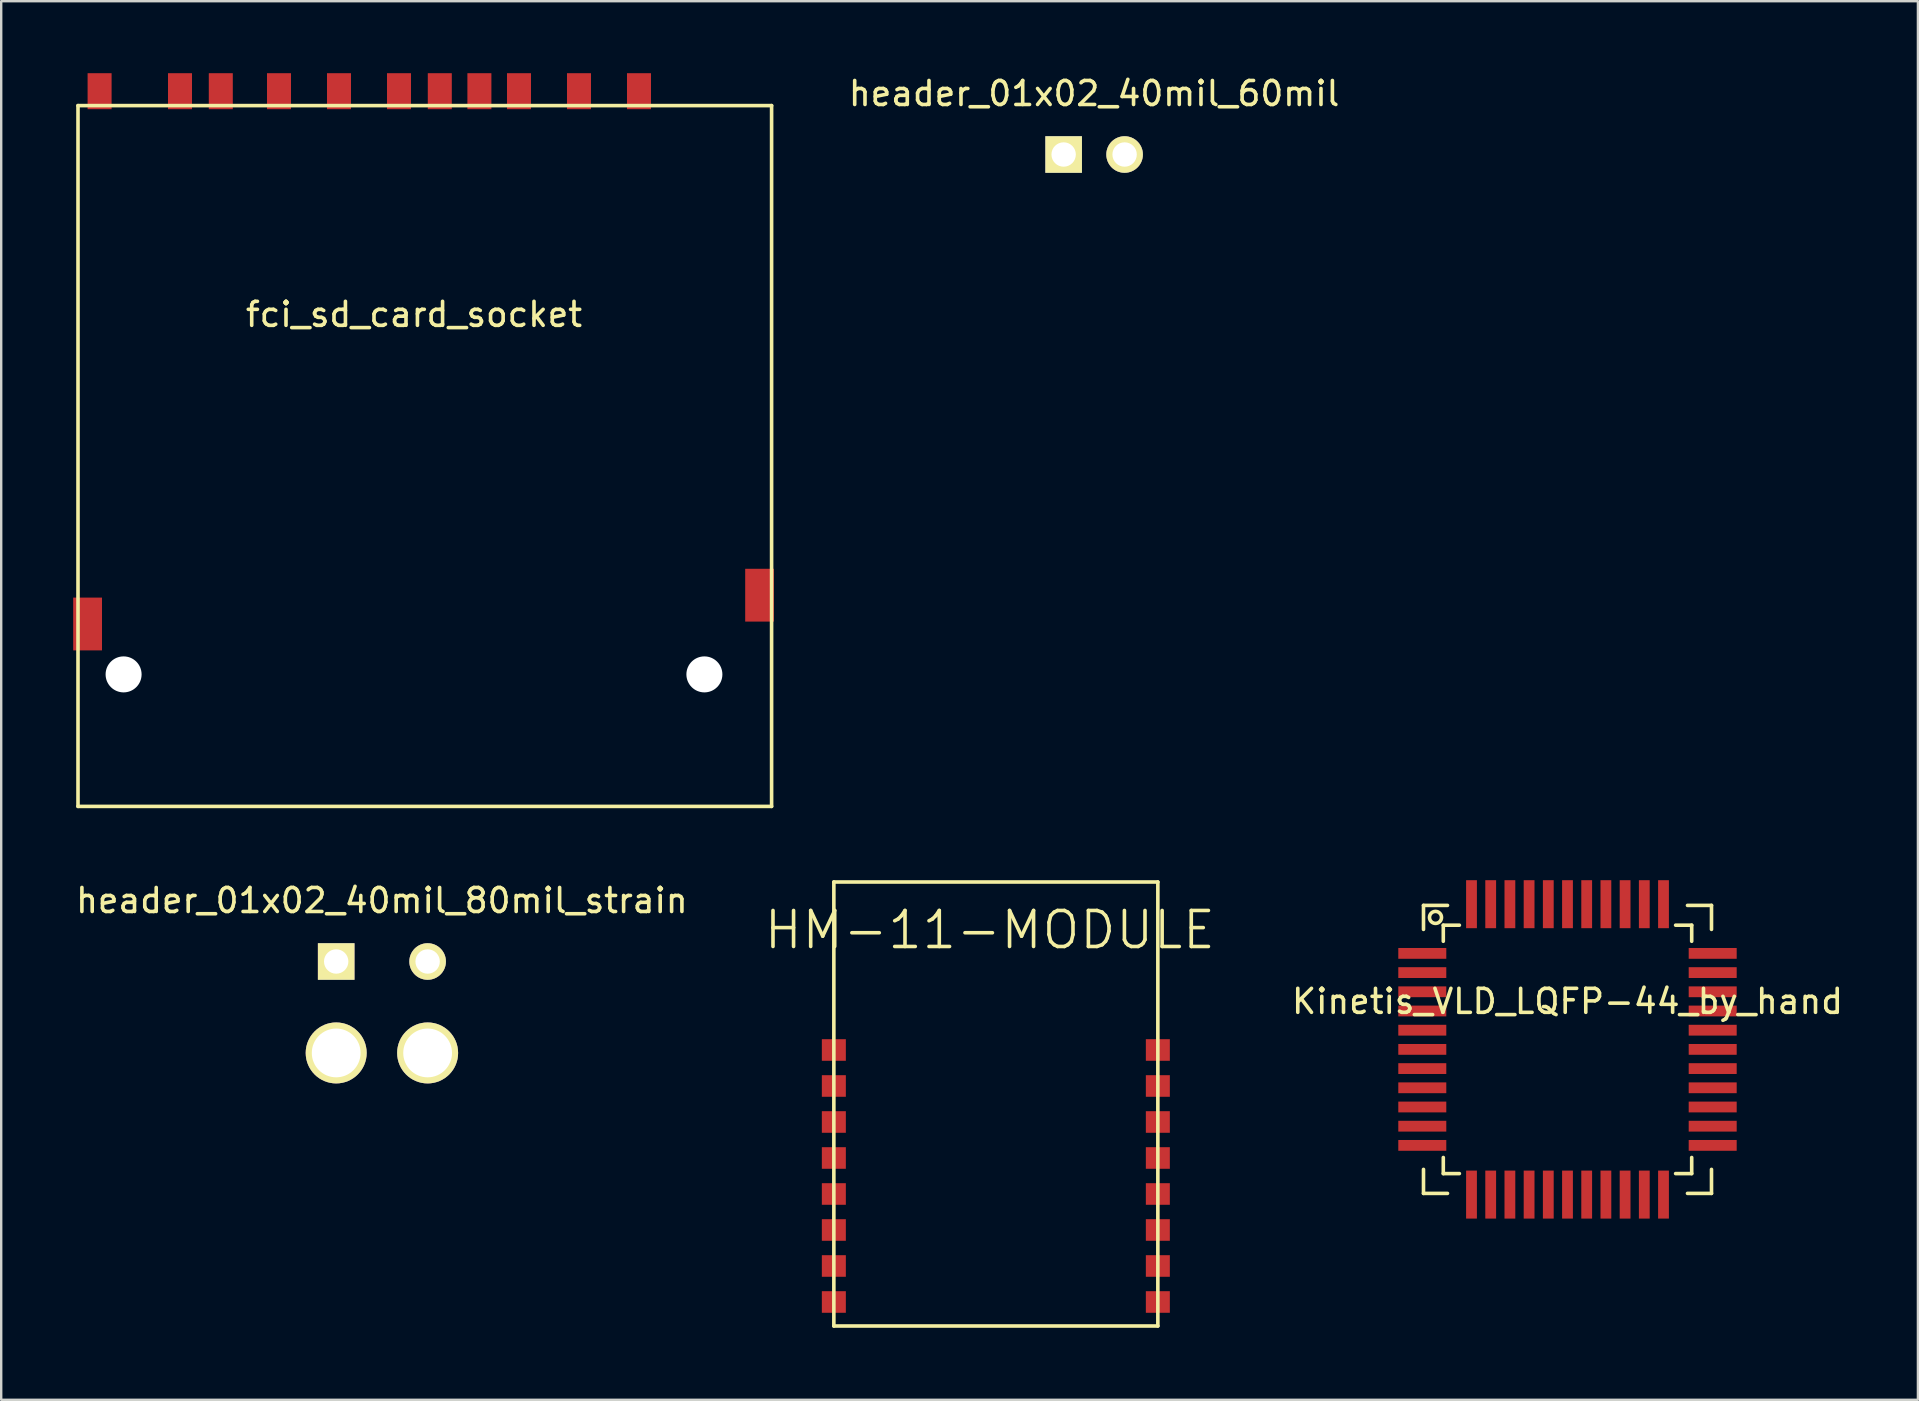
<source format=kicad_pcb>
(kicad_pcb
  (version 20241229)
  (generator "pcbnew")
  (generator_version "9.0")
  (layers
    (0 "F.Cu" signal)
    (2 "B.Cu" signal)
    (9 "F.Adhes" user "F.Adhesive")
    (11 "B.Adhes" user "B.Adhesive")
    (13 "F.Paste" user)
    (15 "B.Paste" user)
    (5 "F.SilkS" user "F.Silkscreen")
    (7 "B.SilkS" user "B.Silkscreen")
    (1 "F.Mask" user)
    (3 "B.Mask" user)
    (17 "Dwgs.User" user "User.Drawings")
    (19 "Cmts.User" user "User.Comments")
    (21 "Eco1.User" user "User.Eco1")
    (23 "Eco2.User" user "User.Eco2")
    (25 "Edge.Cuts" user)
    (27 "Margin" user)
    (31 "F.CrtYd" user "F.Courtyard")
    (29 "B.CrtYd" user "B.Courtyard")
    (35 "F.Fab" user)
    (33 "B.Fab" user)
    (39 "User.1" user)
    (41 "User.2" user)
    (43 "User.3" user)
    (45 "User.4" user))
  (footprint "header_01x02_40mil_80mil_strain"
    (layer "F.Cu")
    (at 12.863 37.013)
    (property "Reference" "header_01x02_40mil_80mil_strain" (at 0 -2.54 0) (layer "F.SilkS") (effects (font (size 1 1) (thickness 0.15))))
    (attr through_hole)
    (pad "1" thru_hole rect (at -1.905 0) (size 1.524 1.524) (drill 1.016) (layers "*.Cu" "*.Mask" "F.SilkS"))
    (pad "2" thru_hole circle (at 1.905 0) (size 1.524 1.524) (drill 1.016) (layers "*.Cu" "*.Mask" "F.SilkS"))
    (pad "NC1" thru_hole circle (at -1.905 3.81) (size 2.54 2.54) (drill 2.032) (layers "*.Cu" "*.Mask" "F.SilkS"))
    (pad "NC2" thru_hole circle (at 1.905 3.81) (size 2.54 2.54) (drill 2.032) (layers "*.Cu" "*.Mask" "F.SilkS")))
  (footprint "Kinetis_VLD_LQFP-44_by_hand"
    (layer "F.Cu")
    (at 62.263 40.675)
    (property "Reference" "Kinetis_VLD_LQFP-44_by_hand" (at 0 -2 0) (layer "F.SilkS") (effects (font (size 1 1) (thickness 0.15))))
    (attr smd)
    (fp_line (start -6 -6) (end -6 -5) (stroke (width 0.15) (type solid)) (layer "F.SilkS"))
    (fp_line (start -6 5) (end -6 6) (stroke (width 0.15) (type solid)) (layer "F.SilkS"))
    (fp_line (start -6 6) (end -5 6) (stroke (width 0.15) (type solid)) (layer "F.SilkS"))
    (fp_line (start -5.175 -5.175) (end -5.175 -4.505) (stroke (width 0.15) (type solid)) (layer "F.SilkS"))
    (fp_line (start -5.175 -5.175) (end -4.505 -5.175) (stroke (width 0.15) (type solid)) (layer "F.SilkS"))
    (fp_line (start -5.175 5.175) (end -5.175 4.505) (stroke (width 0.15) (type solid)) (layer "F.SilkS"))
    (fp_line (start -5.175 5.175) (end -4.505 5.175) (stroke (width 0.15) (type solid)) (layer "F.SilkS"))
    (fp_line (start -5 -6) (end -6 -6) (stroke (width 0.15) (type solid)) (layer "F.SilkS"))
    (fp_line (start 5 6) (end 6 6) (stroke (width 0.15) (type solid)) (layer "F.SilkS"))
    (fp_line (start 5.175 -5.175) (end 4.505 -5.175) (stroke (width 0.15) (type solid)) (layer "F.SilkS"))
    (fp_line (start 5.175 -5.175) (end 5.175 -4.505) (stroke (width 0.15) (type solid)) (layer "F.SilkS"))
    (fp_line (start 5.175 5.175) (end 4.505 5.175) (stroke (width 0.15) (type solid)) (layer "F.SilkS"))
    (fp_line (start 5.175 5.175) (end 5.175 4.505) (stroke (width 0.15) (type solid)) (layer "F.SilkS"))
    (fp_line (start 6 -6) (end 5 -6) (stroke (width 0.15) (type solid)) (layer "F.SilkS"))
    (fp_line (start 6 -5) (end 6 -6) (stroke (width 0.15) (type solid)) (layer "F.SilkS"))
    (fp_line (start 6 6) (end 6 5) (stroke (width 0.15) (type solid)) (layer "F.SilkS"))
    (fp_circle (center -5.5 -5.5) (end -5.5 -5.75) (stroke (width 0.15) (type solid)) (fill no) (layer "F.SilkS"))
    (pad "1" smd rect (at -6.05 -4) (size 2 0.45) (layers "F.Cu" "F.Mask" "F.Paste"))
    (pad "2" smd rect (at -6.05 -3.2) (size 2 0.45) (layers "F.Cu" "F.Mask" "F.Paste"))
    (pad "3" smd rect (at -6.05 -2.4) (size 2 0.45) (layers "F.Cu" "F.Mask" "F.Paste"))
    (pad "4" smd rect (at -6.05 -1.6) (size 2 0.45) (layers "F.Cu" "F.Mask" "F.Paste"))
    (pad "5" smd rect (at -6.05 -0.8) (size 2 0.45) (layers "F.Cu" "F.Mask" "F.Paste"))
    (pad "6" smd rect (at -6.05 0) (size 2 0.45) (layers "F.Cu" "F.Mask" "F.Paste"))
    (pad "7" smd rect (at -6.05 0.8) (size 2 0.45) (layers "F.Cu" "F.Mask" "F.Paste"))
    (pad "8" smd rect (at -6.05 1.6) (size 2 0.45) (layers "F.Cu" "F.Mask" "F.Paste"))
    (pad "9" smd rect (at -6.05 2.4) (size 2 0.45) (layers "F.Cu" "F.Mask" "F.Paste"))
    (pad "10" smd rect (at -6.05 3.2) (size 2 0.45) (layers "F.Cu" "F.Mask" "F.Paste"))
    (pad "11" smd rect (at -6.05 4) (size 2 0.45) (layers "F.Cu" "F.Mask" "F.Paste"))
    (pad "12" smd rect (at -4 6.05 90) (size 2 0.45) (layers "F.Cu" "F.Mask" "F.Paste"))
    (pad "13" smd rect (at -3.2 6.05 90) (size 2 0.45) (layers "F.Cu" "F.Mask" "F.Paste"))
    (pad "14" smd rect (at -2.4 6.05 90) (size 2 0.45) (layers "F.Cu" "F.Mask" "F.Paste"))
    (pad "15" smd rect (at -1.6 6.05 90) (size 2 0.45) (layers "F.Cu" "F.Mask" "F.Paste"))
    (pad "16" smd rect (at -0.8 6.05 90) (size 2 0.45) (layers "F.Cu" "F.Mask" "F.Paste"))
    (pad "17" smd rect (at 0 6.05 90) (size 2 0.45) (layers "F.Cu" "F.Mask" "F.Paste"))
    (pad "18" smd rect (at 0.8 6.05 90) (size 2 0.45) (layers "F.Cu" "F.Mask" "F.Paste"))
    (pad "19" smd rect (at 1.6 6.05 90) (size 2 0.45) (layers "F.Cu" "F.Mask" "F.Paste"))
    (pad "20" smd rect (at 2.4 6.05 90) (size 2 0.45) (layers "F.Cu" "F.Mask" "F.Paste"))
    (pad "21" smd rect (at 3.2 6.05 90) (size 2 0.45) (layers "F.Cu" "F.Mask" "F.Paste"))
    (pad "22" smd rect (at 4 6.05 90) (size 2 0.45) (layers "F.Cu" "F.Mask" "F.Paste"))
    (pad "23" smd rect (at 6.05 4) (size 2 0.45) (layers "F.Cu" "F.Mask" "F.Paste"))
    (pad "24" smd rect (at 6.05 3.2) (size 2 0.45) (layers "F.Cu" "F.Mask" "F.Paste"))
    (pad "25" smd rect (at 6.05 2.4) (size 2 0.45) (layers "F.Cu" "F.Mask" "F.Paste"))
    (pad "26" smd rect (at 6.05 1.6) (size 2 0.45) (layers "F.Cu" "F.Mask" "F.Paste"))
    (pad "27" smd rect (at 6.05 0.8) (size 2 0.45) (layers "F.Cu" "F.Mask" "F.Paste"))
    (pad "28" smd rect (at 6.05 0) (size 2 0.45) (layers "F.Cu" "F.Mask" "F.Paste"))
    (pad "29" smd rect (at 6.05 -0.8) (size 2 0.45) (layers "F.Cu" "F.Mask" "F.Paste"))
    (pad "30" smd rect (at 6.05 -1.6) (size 2 0.45) (layers "F.Cu" "F.Mask" "F.Paste"))
    (pad "31" smd rect (at 6.05 -2.4) (size 2 0.45) (layers "F.Cu" "F.Mask" "F.Paste"))
    (pad "32" smd rect (at 6.05 -3.2) (size 2 0.45) (layers "F.Cu" "F.Mask" "F.Paste"))
    (pad "33" smd rect (at 6.05 -4) (size 2 0.45) (layers "F.Cu" "F.Mask" "F.Paste"))
    (pad "34" smd rect (at 4 -6.05 90) (size 2 0.45) (layers "F.Cu" "F.Mask" "F.Paste"))
    (pad "35" smd rect (at 3.2 -6.05 90) (size 2 0.45) (layers "F.Cu" "F.Mask" "F.Paste"))
    (pad "36" smd rect (at 2.4 -6.05 90) (size 2 0.45) (layers "F.Cu" "F.Mask" "F.Paste"))
    (pad "37" smd rect (at 1.6 -6.05 90) (size 2 0.45) (layers "F.Cu" "F.Mask" "F.Paste"))
    (pad "38" smd rect (at 0.8 -6.05 90) (size 2 0.45) (layers "F.Cu" "F.Mask" "F.Paste"))
    (pad "39" smd rect (at 0 -6.05 90) (size 2 0.45) (layers "F.Cu" "F.Mask" "F.Paste"))
    (pad "40" smd rect (at -0.8 -6.05 90) (size 2 0.45) (layers "F.Cu" "F.Mask" "F.Paste"))
    (pad "41" smd rect (at -1.6 -6.05 90) (size 2 0.45) (layers "F.Cu" "F.Mask" "F.Paste"))
    (pad "42" smd rect (at -2.4 -6.05 90) (size 2 0.45) (layers "F.Cu" "F.Mask" "F.Paste"))
    (pad "43" smd rect (at -3.2 -6.05 90) (size 2 0.45) (layers "F.Cu" "F.Mask" "F.Paste"))
    (pad "44" smd rect (at -4 -6.05 90) (size 2 0.45) (layers "F.Cu" "F.Mask" "F.Paste")))
  (footprint "header_01x02_40mil_60mil"
    (layer "F.Cu")
    (at 42.539 3.388)
    (property "Reference" "header_01x02_40mil_60mil" (at 0 -2.54 0) (layer "F.SilkS") (effects (font (size 1 1) (thickness 0.15))))
    (attr through_hole)
    (pad "1" thru_hole rect (at -1.27 0) (size 1.524 1.524) (drill 1.016) (layers "*.Cu" "*.Mask" "F.SilkS"))
    (pad "2" thru_hole circle (at 1.27 0) (size 1.524 1.524) (drill 1.016) (layers "*.Cu" "*.Mask" "F.SilkS")))
  (footprint "HM-11-MODULE"
    (layer "F.Cu")
    (at 38.444 43.45)
    (property "Reference" "HM-11-MODULE" (at -0.25 -7.75 0) (layer "F.SilkS") (effects (font (size 1.5 1.5) (thickness 0.15))))
    (attr through_hole)
    (fp_line (start -6.75 -9.75) (end 6.75 -9.75) (stroke (width 0.15) (type solid)) (layer "F.SilkS"))
    (fp_line (start -6.75 8.75) (end -6.75 -9.75) (stroke (width 0.15) (type solid)) (layer "F.SilkS"))
    (fp_line (start 6.75 -9.75) (end 6.75 8.75) (stroke (width 0.15) (type solid)) (layer "F.SilkS"))
    (fp_line (start 6.75 8.75) (end -6.75 8.75) (stroke (width 0.15) (type solid)) (layer "F.SilkS"))
    (pad "1" smd rect (at -6.75 -2.75) (size 1 0.9) (layers "F.Cu" "F.Mask" "F.Paste"))
    (pad "2" smd rect (at -6.75 -1.25) (size 1 0.9) (layers "F.Cu" "F.Mask" "F.Paste"))
    (pad "3" smd rect (at -6.75 0.25) (size 1 0.9) (layers "F.Cu" "F.Mask" "F.Paste"))
    (pad "4" smd rect (at -6.75 1.75) (size 1 0.9) (layers "F.Cu" "F.Mask" "F.Paste"))
    (pad "5" smd rect (at -6.75 3.25) (size 1 0.9) (layers "F.Cu" "F.Mask" "F.Paste"))
    (pad "6" smd rect (at -6.75 4.75) (size 1 0.9) (layers "F.Cu" "F.Mask" "F.Paste"))
    (pad "7" smd rect (at -6.75 6.25) (size 1 0.9) (layers "F.Cu" "F.Mask" "F.Paste"))
    (pad "8" smd rect (at -6.75 7.75) (size 1 0.9) (layers "F.Cu" "F.Mask" "F.Paste"))
    (pad "9" smd rect (at 6.75 7.75) (size 1 0.9) (layers "F.Cu" "F.Mask" "F.Paste"))
    (pad "10" smd rect (at 6.75 6.25) (size 1 0.9) (layers "F.Cu" "F.Mask" "F.Paste"))
    (pad "11" smd rect (at 6.75 4.75) (size 1 0.9) (layers "F.Cu" "F.Mask" "F.Paste"))
    (pad "12" smd rect (at 6.75 3.25) (size 1 0.9) (layers "F.Cu" "F.Mask" "F.Paste"))
    (pad "13" smd rect (at 6.75 1.75) (size 1 0.9) (layers "F.Cu" "F.Mask" "F.Paste"))
    (pad "14" smd rect (at 6.75 0.25) (size 1 0.9) (layers "F.Cu" "F.Mask" "F.Paste"))
    (pad "15" smd rect (at 6.75 -1.25) (size 1 0.9) (layers "F.Cu" "F.Mask" "F.Paste"))
    (pad "16" smd rect (at 6.75 -2.75) (size 1 0.9) (layers "F.Cu" "F.Mask" "F.Paste")))
  (footprint "fci_sd_card_socket"
    (layer "F.Cu")
    (at 14.2 25.05)
    (property "Reference" "fci_sd_card_socket" (at 0 -15 0) (layer "F.SilkS") (effects (font (size 1 1) (thickness 0.15))))
    (attr through_hole)
    (fp_line (start -14 -23.7) (end -14 5.5) (stroke (width 0.15) (type solid)) (layer "F.SilkS"))
    (fp_line (start -14 -23.7) (end 14.9 -23.7) (stroke (width 0.15) (type solid)) (layer "F.SilkS"))
    (fp_line (start -14 5.5) (end 14.9 5.5) (stroke (width 0.15) (type solid)) (layer "F.SilkS"))
    (fp_line (start 14.9 -23.7) (end 14.9 5.5) (stroke (width 0.15) (type solid)) (layer "F.SilkS"))
    (pad "" np_thru_hole circle (at -12.1 0) (size 1.5 1.5) (drill 1.5) (layers "*.Cu"))
    (pad "" np_thru_hole circle (at 12.1 0) (size 1.5 1.5) (drill 1.5) (layers "*.Cu"))
    (pad "1" smd rect (at 6.875 -24.3) (size 1 1.5) (layers "F.Cu" "F.Mask" "F.Paste"))
    (pad "2" smd rect (at 4.375 -24.3) (size 1 1.5) (layers "F.Cu" "F.Mask" "F.Paste"))
    (pad "3" smd rect (at 1.075 -24.3) (size 1 1.5) (layers "F.Cu" "F.Mask" "F.Paste"))
    (pad "4" smd rect (at -0.625 -24.3) (size 1 1.5) (layers "F.Cu" "F.Mask" "F.Paste"))
    (pad "5" smd rect (at -3.125 -24.3) (size 1 1.5) (layers "F.Cu" "F.Mask" "F.Paste"))
    (pad "6" smd rect (at -5.625 -24.3) (size 1 1.5) (layers "F.Cu" "F.Mask" "F.Paste"))
    (pad "7" smd rect (at -8.05 -24.3) (size 1 1.5) (layers "F.Cu" "F.Mask" "F.Paste"))
    (pad "8" smd rect (at -9.75 -24.3) (size 1 1.5) (layers "F.Cu" "F.Mask" "F.Paste"))
    (pad "9" smd rect (at 9.375 -24.3) (size 1 1.5) (layers "F.Cu" "F.Mask" "F.Paste"))
    (pad "CD" smd rect (at 2.725 -24.3) (size 1 1.5) (layers "F.Cu" "F.Mask" "F.Paste"))
    (pad "SH1" smd rect (at -13.6 -2.1) (size 1.2 2.2) (layers "F.Cu" "F.Mask" "F.Paste"))
    (pad "SH2" smd rect (at 14.4 -3.3) (size 1.2 2.2) (layers "F.Cu" "F.Mask" "F.Paste"))
    (pad "WP" smd rect (at -13.1 -24.3) (size 1 1.5) (layers "F.Cu" "F.Mask" "F.Paste")))
  (gr_rect
    (start -3 -3)
    (end 76.864 55.275)
    (stroke (width 0.1) (type default))
    (fill no)
    (layer "Edge.Cuts")))
</source>
